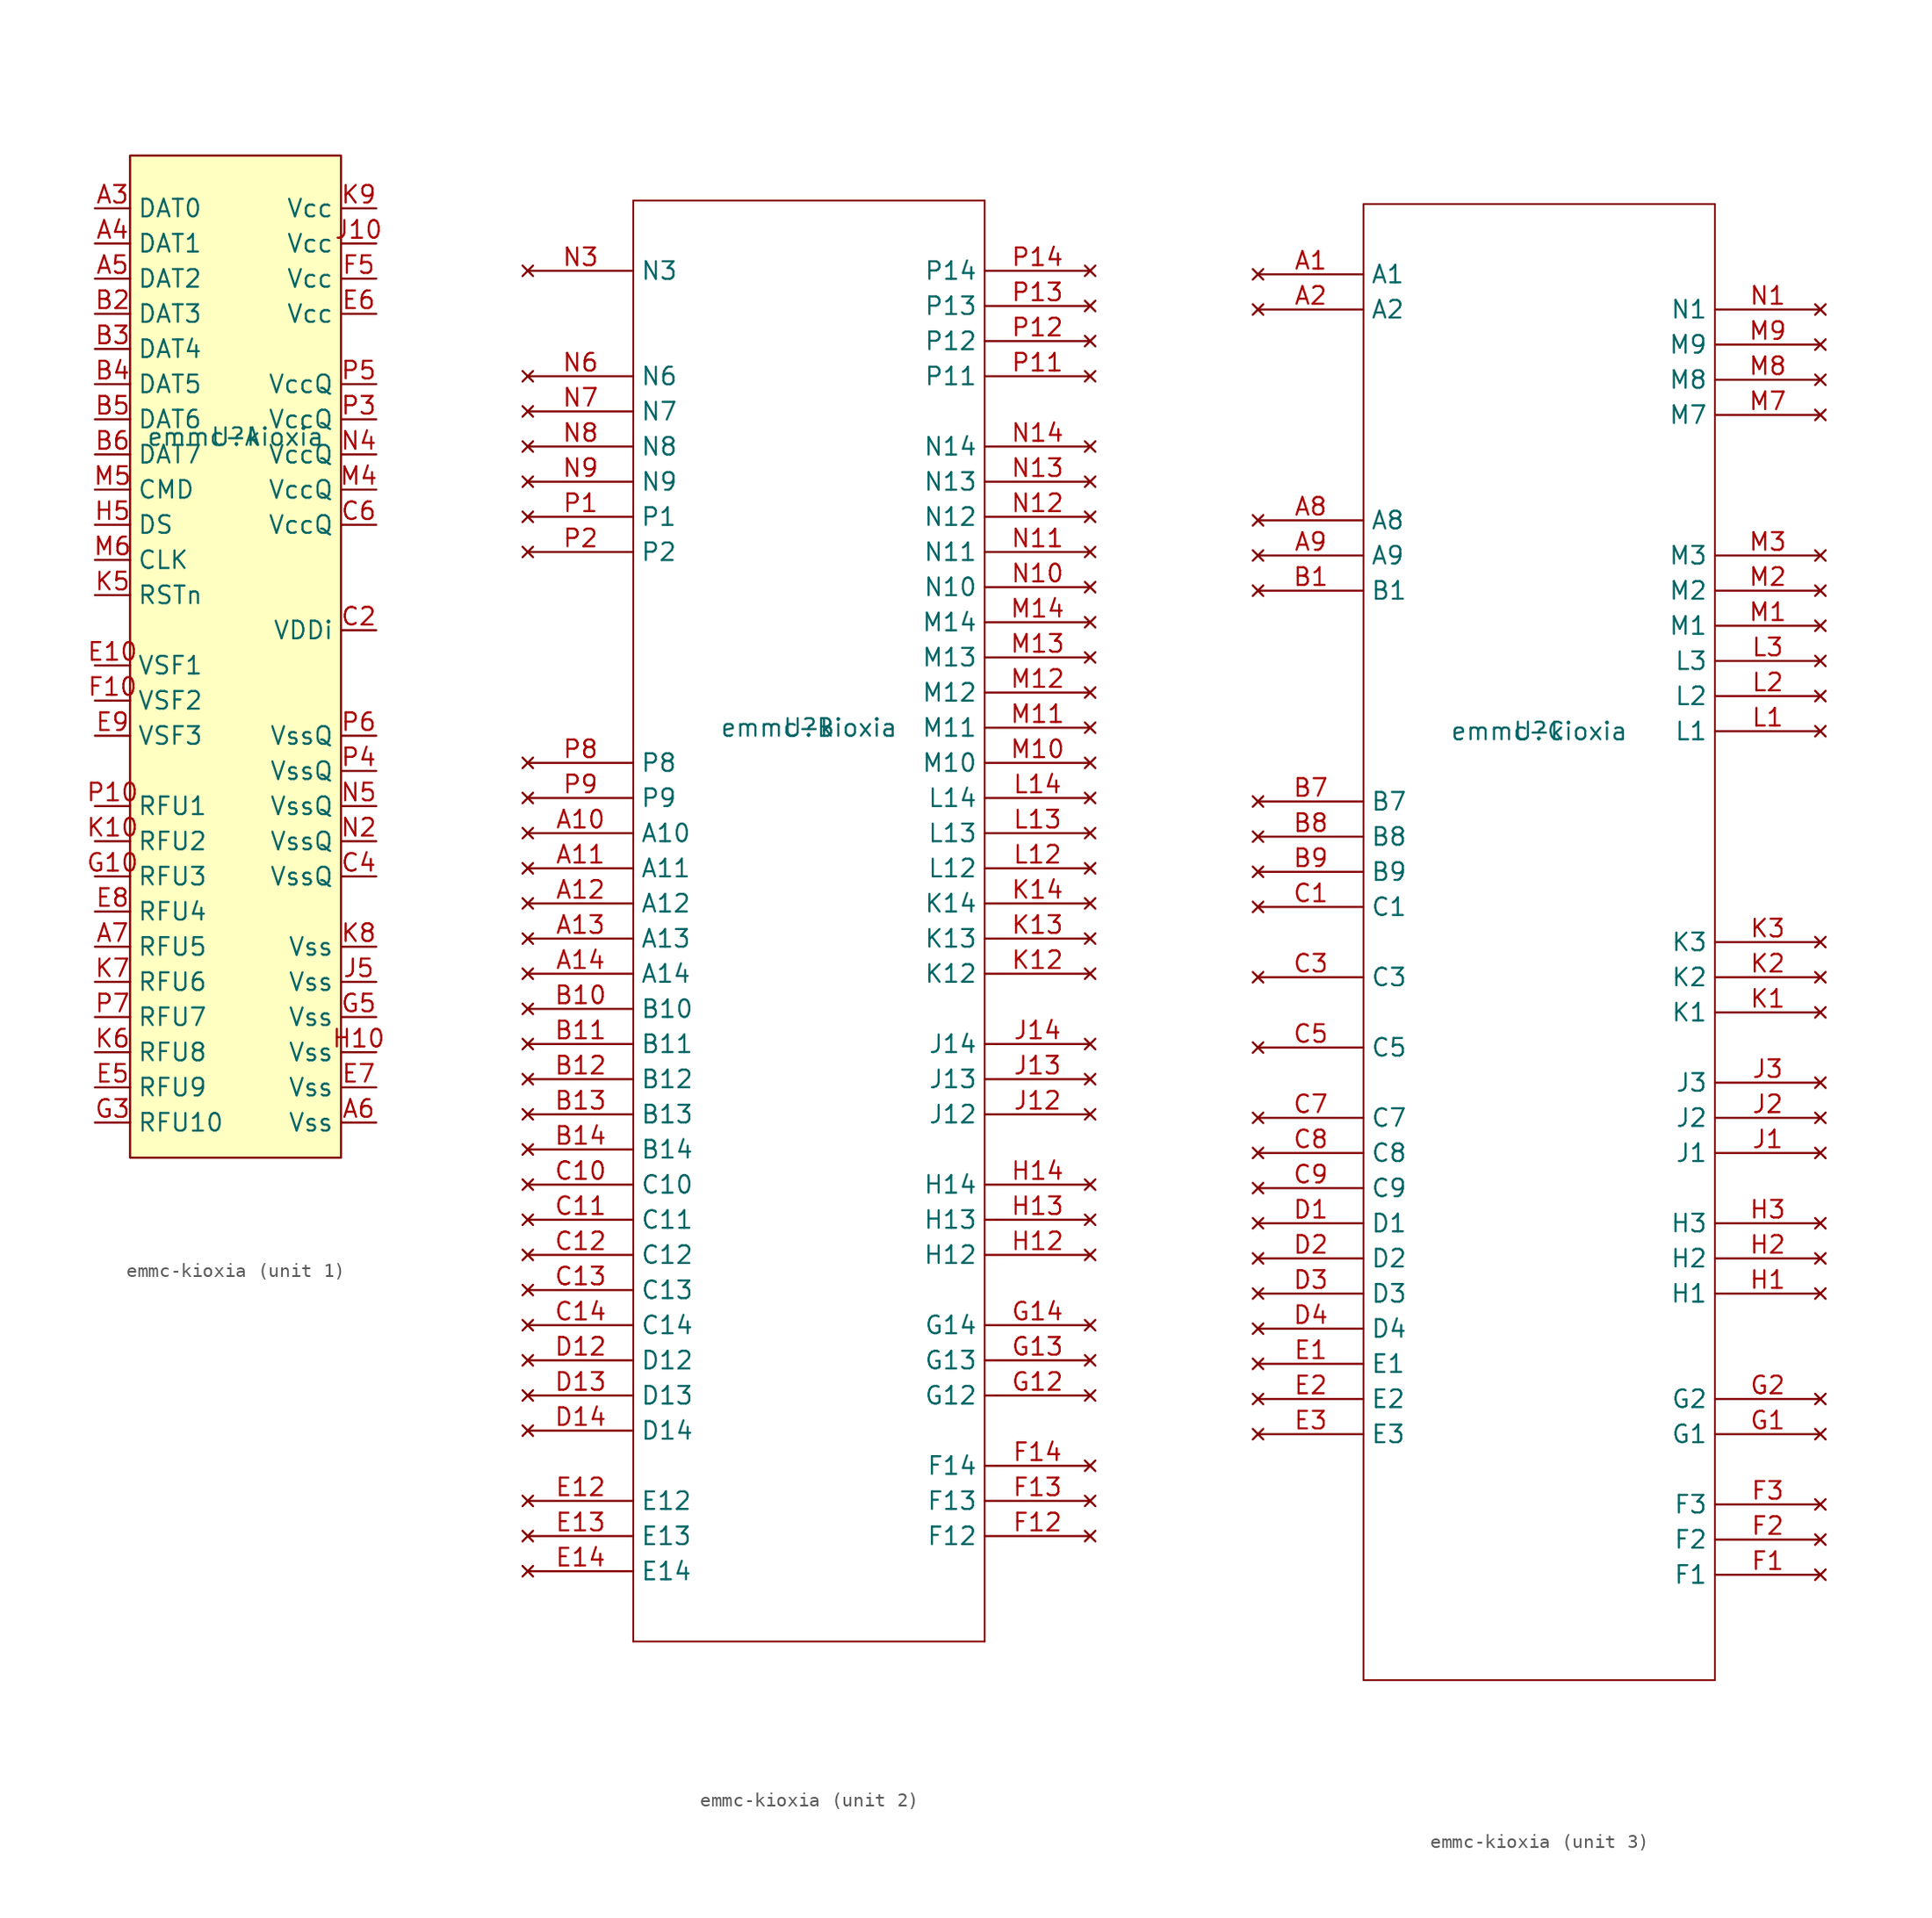
<source format=kicad_sym>
(kicad_symbol_lib
  (version 20211014)
  (generator kicad_symbol_editor)
  (symbol "emmc-kioxia"
    (property "Reference" "U"
      (at 0 13.97 0)
      (effects (font (size 1.27 1.27))))
    (property "Value" "emmc-kioxia"
      (at 0 13.97 0)
      (effects (font (size 1.27 1.27))))
    (property "ki_locked" ""
      (at 0 0 0)
      (effects (font (size 1.27 1.27))))
    (symbol "emmc-kioxia_1_1"
      (rectangle (start -7.62 34.29) (end 7.62 -38.1) (stroke (width 0) (type default) (color 0 0 0 0)) (fill (type background)))
      (pin bidirectional line (at -10.16 30.48 0) (length 2.54) (name "DAT0" (effects (font (size 1.27 1.27)))) (number "A3" (effects (font (size 1.27 1.27)))))
      (pin bidirectional line (at -10.16 27.94 0) (length 2.54) (name "DAT1" (effects (font (size 1.27 1.27)))) (number "A4" (effects (font (size 1.27 1.27)))))
      (pin bidirectional line (at -10.16 25.4 0) (length 2.54) (name "DAT2" (effects (font (size 1.27 1.27)))) (number "A5" (effects (font (size 1.27 1.27)))))
      (pin power_in line (at 10.16 -35.56 180) (length 2.54) (name "Vss" (effects (font (size 1.27 1.27)))) (number "A6" (effects (font (size 1.27 1.27)))))
      (pin input line (at -10.16 -22.86 0) (length 2.54) (name "RFU5" (effects (font (size 1.27 1.27)))) (number "A7" (effects (font (size 1.27 1.27)))))
      (pin bidirectional line (at -10.16 22.86 0) (length 2.54) (name "DAT3" (effects (font (size 1.27 1.27)))) (number "B2" (effects (font (size 1.27 1.27)))))
      (pin bidirectional line (at -10.16 20.32 0) (length 2.54) (name "DAT4" (effects (font (size 1.27 1.27)))) (number "B3" (effects (font (size 1.27 1.27)))))
      (pin bidirectional line (at -10.16 17.78 0) (length 2.54) (name "DAT5" (effects (font (size 1.27 1.27)))) (number "B4" (effects (font (size 1.27 1.27)))))
      (pin bidirectional line (at -10.16 15.24 0) (length 2.54) (name "DAT6" (effects (font (size 1.27 1.27)))) (number "B5" (effects (font (size 1.27 1.27)))))
      (pin bidirectional line (at -10.16 12.7 0) (length 2.54) (name "DAT7" (effects (font (size 1.27 1.27)))) (number "B6" (effects (font (size 1.27 1.27)))))
      (pin power_in line (at 10.16 0 180) (length 2.54) (name "VDDi" (effects (font (size 1.27 1.27)))) (number "C2" (effects (font (size 1.27 1.27)))))
      (pin power_in line (at 10.16 -17.78 180) (length 2.54) (name "VssQ" (effects (font (size 1.27 1.27)))) (number "C4" (effects (font (size 1.27 1.27)))))
      (pin power_in line (at 10.16 7.62 180) (length 2.54) (name "VccQ" (effects (font (size 1.27 1.27)))) (number "C6" (effects (font (size 1.27 1.27)))))
      (pin free line (at -10.16 -2.54 0) (length 2.54) (name "VSF1" (effects (font (size 1.27 1.27)))) (number "E10" (effects (font (size 1.27 1.27)))))
      (pin input line (at -10.16 -33.02 0) (length 2.54) (name "RFU9" (effects (font (size 1.27 1.27)))) (number "E5" (effects (font (size 1.27 1.27)))))
      (pin power_in line (at 10.16 22.86 180) (length 2.54) (name "Vcc" (effects (font (size 1.27 1.27)))) (number "E6" (effects (font (size 1.27 1.27)))))
      (pin power_in line (at 10.16 -33.02 180) (length 2.54) (name "Vss" (effects (font (size 1.27 1.27)))) (number "E7" (effects (font (size 1.27 1.27)))))
      (pin input line (at -10.16 -20.32 0) (length 2.54) (name "RFU4" (effects (font (size 1.27 1.27)))) (number "E8" (effects (font (size 1.27 1.27)))))
      (pin free line (at -10.16 -7.62 0) (length 2.54) (name "VSF3" (effects (font (size 1.27 1.27)))) (number "E9" (effects (font (size 1.27 1.27)))))
      (pin free line (at -10.16 -5.08 0) (length 2.54) (name "VSF2" (effects (font (size 1.27 1.27)))) (number "F10" (effects (font (size 1.27 1.27)))))
      (pin power_in line (at 10.16 25.4 180) (length 2.54) (name "Vcc" (effects (font (size 1.27 1.27)))) (number "F5" (effects (font (size 1.27 1.27)))))
      (pin input line (at -10.16 -17.78 0) (length 2.54) (name "RFU3" (effects (font (size 1.27 1.27)))) (number "G10" (effects (font (size 1.27 1.27)))))
      (pin input line (at -10.16 -35.56 0) (length 2.54) (name "RFU10" (effects (font (size 1.27 1.27)))) (number "G3" (effects (font (size 1.27 1.27)))))
      (pin power_in line (at 10.16 -27.94 180) (length 2.54) (name "Vss" (effects (font (size 1.27 1.27)))) (number "G5" (effects (font (size 1.27 1.27)))))
      (pin power_in line (at 10.16 -30.48 180) (length 2.54) (name "Vss" (effects (font (size 1.27 1.27)))) (number "H10" (effects (font (size 1.27 1.27)))))
      (pin output line (at -10.16 7.62 0) (length 2.54) (name "DS" (effects (font (size 1.27 1.27)))) (number "H5" (effects (font (size 1.27 1.27)))))
      (pin power_in line (at 10.16 27.94 180) (length 2.54) (name "Vcc" (effects (font (size 1.27 1.27)))) (number "J10" (effects (font (size 1.27 1.27)))))
      (pin power_in line (at 10.16 -25.4 180) (length 2.54) (name "Vss" (effects (font (size 1.27 1.27)))) (number "J5" (effects (font (size 1.27 1.27)))))
      (pin input line (at -10.16 -15.24 0) (length 2.54) (name "RFU2" (effects (font (size 1.27 1.27)))) (number "K10" (effects (font (size 1.27 1.27)))))
      (pin bidirectional line (at -10.16 2.54 0) (length 2.54) (name "RSTn" (effects (font (size 1.27 1.27)))) (number "K5" (effects (font (size 1.27 1.27)))))
      (pin input line (at -10.16 -30.48 0) (length 2.54) (name "RFU8" (effects (font (size 1.27 1.27)))) (number "K6" (effects (font (size 1.27 1.27)))))
      (pin input line (at -10.16 -25.4 0) (length 2.54) (name "RFU6" (effects (font (size 1.27 1.27)))) (number "K7" (effects (font (size 1.27 1.27)))))
      (pin power_in line (at 10.16 -22.86 180) (length 2.54) (name "Vss" (effects (font (size 1.27 1.27)))) (number "K8" (effects (font (size 1.27 1.27)))))
      (pin power_in line (at 10.16 30.48 180) (length 2.54) (name "Vcc" (effects (font (size 1.27 1.27)))) (number "K9" (effects (font (size 1.27 1.27)))))
      (pin power_in line (at 10.16 10.16 180) (length 2.54) (name "VccQ" (effects (font (size 1.27 1.27)))) (number "M4" (effects (font (size 1.27 1.27)))))
      (pin bidirectional line (at -10.16 10.16 0) (length 2.54) (name "CMD" (effects (font (size 1.27 1.27)))) (number "M5" (effects (font (size 1.27 1.27)))))
      (pin input line (at -10.16 5.08 0) (length 2.54) (name "CLK" (effects (font (size 1.27 1.27)))) (number "M6" (effects (font (size 1.27 1.27)))))
      (pin power_in line (at 10.16 -15.24 180) (length 2.54) (name "VssQ" (effects (font (size 1.27 1.27)))) (number "N2" (effects (font (size 1.27 1.27)))))
      (pin power_in line (at 10.16 12.7 180) (length 2.54) (name "VccQ" (effects (font (size 1.27 1.27)))) (number "N4" (effects (font (size 1.27 1.27)))))
      (pin power_in line (at 10.16 -12.7 180) (length 2.54) (name "VssQ" (effects (font (size 1.27 1.27)))) (number "N5" (effects (font (size 1.27 1.27)))))
      (pin input line (at -10.16 -12.7 0) (length 2.54) (name "RFU1" (effects (font (size 1.27 1.27)))) (number "P10" (effects (font (size 1.27 1.27)))))
      (pin power_in line (at 10.16 15.24 180) (length 2.54) (name "VccQ" (effects (font (size 1.27 1.27)))) (number "P3" (effects (font (size 1.27 1.27)))))
      (pin power_in line (at 10.16 -10.16 180) (length 2.54) (name "VssQ" (effects (font (size 1.27 1.27)))) (number "P4" (effects (font (size 1.27 1.27)))))
      (pin power_in line (at 10.16 17.78 180) (length 2.54) (name "VccQ" (effects (font (size 1.27 1.27)))) (number "P5" (effects (font (size 1.27 1.27)))))
      (pin power_in line (at 10.16 -7.62 180) (length 2.54) (name "VssQ" (effects (font (size 1.27 1.27)))) (number "P6" (effects (font (size 1.27 1.27)))))
      (pin input line (at -10.16 -27.94 0) (length 2.54) (name "RFU7" (effects (font (size 1.27 1.27)))) (number "P7" (effects (font (size 1.27 1.27))))))
    (symbol "emmc-kioxia_2_1"
      (polyline (pts (xy -12.7 -52.07) (xy 12.7 -52.07)) (stroke (width 0.127) (type default) (color 0 0 0 0)) (fill (type none)))
      (polyline (pts (xy -12.7 52.07) (xy -12.7 -52.07)) (stroke (width 0.127) (type default) (color 0 0 0 0)) (fill (type none)))
      (polyline (pts (xy 12.7 -52.07) (xy 12.7 52.07)) (stroke (width 0.127) (type default) (color 0 0 0 0)) (fill (type none)))
      (polyline (pts (xy 12.7 52.07) (xy -12.7 52.07)) (stroke (width 0.127) (type default) (color 0 0 0 0)) (fill (type none)))
      (pin no_connect line (at -20.32 6.35 0) (length 7.62) (name "A10" (effects (font (size 1.27 1.27)))) (number "A10" (effects (font (size 1.27 1.27)))))
      (pin no_connect line (at -20.32 3.81 0) (length 7.62) (name "A11" (effects (font (size 1.27 1.27)))) (number "A11" (effects (font (size 1.27 1.27)))))
      (pin no_connect line (at -20.32 1.27 0) (length 7.62) (name "A12" (effects (font (size 1.27 1.27)))) (number "A12" (effects (font (size 1.27 1.27)))))
      (pin no_connect line (at -20.32 -1.27 0) (length 7.62) (name "A13" (effects (font (size 1.27 1.27)))) (number "A13" (effects (font (size 1.27 1.27)))))
      (pin no_connect line (at -20.32 -3.81 0) (length 7.62) (name "A14" (effects (font (size 1.27 1.27)))) (number "A14" (effects (font (size 1.27 1.27)))))
      (pin no_connect line (at -20.32 -6.35 0) (length 7.62) (name "B10" (effects (font (size 1.27 1.27)))) (number "B10" (effects (font (size 1.27 1.27)))))
      (pin no_connect line (at -20.32 -8.89 0) (length 7.62) (name "B11" (effects (font (size 1.27 1.27)))) (number "B11" (effects (font (size 1.27 1.27)))))
      (pin no_connect line (at -20.32 -11.43 0) (length 7.62) (name "B12" (effects (font (size 1.27 1.27)))) (number "B12" (effects (font (size 1.27 1.27)))))
      (pin no_connect line (at -20.32 -13.97 0) (length 7.62) (name "B13" (effects (font (size 1.27 1.27)))) (number "B13" (effects (font (size 1.27 1.27)))))
      (pin no_connect line (at -20.32 -16.51 0) (length 7.62) (name "B14" (effects (font (size 1.27 1.27)))) (number "B14" (effects (font (size 1.27 1.27)))))
      (pin no_connect line (at -20.32 -19.05 0) (length 7.62) (name "C10" (effects (font (size 1.27 1.27)))) (number "C10" (effects (font (size 1.27 1.27)))))
      (pin no_connect line (at -20.32 -21.59 0) (length 7.62) (name "C11" (effects (font (size 1.27 1.27)))) (number "C11" (effects (font (size 1.27 1.27)))))
      (pin no_connect line (at -20.32 -24.13 0) (length 7.62) (name "C12" (effects (font (size 1.27 1.27)))) (number "C12" (effects (font (size 1.27 1.27)))))
      (pin no_connect line (at -20.32 -26.67 0) (length 7.62) (name "C13" (effects (font (size 1.27 1.27)))) (number "C13" (effects (font (size 1.27 1.27)))))
      (pin no_connect line (at -20.32 -29.21 0) (length 7.62) (name "C14" (effects (font (size 1.27 1.27)))) (number "C14" (effects (font (size 1.27 1.27)))))
      (pin no_connect line (at -20.32 -31.75 0) (length 7.62) (name "D12" (effects (font (size 1.27 1.27)))) (number "D12" (effects (font (size 1.27 1.27)))))
      (pin no_connect line (at -20.32 -34.29 0) (length 7.62) (name "D13" (effects (font (size 1.27 1.27)))) (number "D13" (effects (font (size 1.27 1.27)))))
      (pin no_connect line (at -20.32 -36.83 0) (length 7.62) (name "D14" (effects (font (size 1.27 1.27)))) (number "D14" (effects (font (size 1.27 1.27)))))
      (pin no_connect line (at -20.32 -41.91 0) (length 7.62) (name "E12" (effects (font (size 1.27 1.27)))) (number "E12" (effects (font (size 1.27 1.27)))))
      (pin no_connect line (at -20.32 -44.45 0) (length 7.62) (name "E13" (effects (font (size 1.27 1.27)))) (number "E13" (effects (font (size 1.27 1.27)))))
      (pin no_connect line (at -20.32 -46.99 0) (length 7.62) (name "E14" (effects (font (size 1.27 1.27)))) (number "E14" (effects (font (size 1.27 1.27)))))
      (pin no_connect line (at 20.32 -44.45 180) (length 7.62) (name "F12" (effects (font (size 1.27 1.27)))) (number "F12" (effects (font (size 1.27 1.27)))))
      (pin no_connect line (at 20.32 -41.91 180) (length 7.62) (name "F13" (effects (font (size 1.27 1.27)))) (number "F13" (effects (font (size 1.27 1.27)))))
      (pin no_connect line (at 20.32 -39.37 180) (length 7.62) (name "F14" (effects (font (size 1.27 1.27)))) (number "F14" (effects (font (size 1.27 1.27)))))
      (pin no_connect line (at 20.32 -34.29 180) (length 7.62) (name "G12" (effects (font (size 1.27 1.27)))) (number "G12" (effects (font (size 1.27 1.27)))))
      (pin no_connect line (at 20.32 -31.75 180) (length 7.62) (name "G13" (effects (font (size 1.27 1.27)))) (number "G13" (effects (font (size 1.27 1.27)))))
      (pin no_connect line (at 20.32 -29.21 180) (length 7.62) (name "G14" (effects (font (size 1.27 1.27)))) (number "G14" (effects (font (size 1.27 1.27)))))
      (pin no_connect line (at 20.32 -24.13 180) (length 7.62) (name "H12" (effects (font (size 1.27 1.27)))) (number "H12" (effects (font (size 1.27 1.27)))))
      (pin no_connect line (at 20.32 -21.59 180) (length 7.62) (name "H13" (effects (font (size 1.27 1.27)))) (number "H13" (effects (font (size 1.27 1.27)))))
      (pin no_connect line (at 20.32 -19.05 180) (length 7.62) (name "H14" (effects (font (size 1.27 1.27)))) (number "H14" (effects (font (size 1.27 1.27)))))
      (pin no_connect line (at 20.32 -13.97 180) (length 7.62) (name "J12" (effects (font (size 1.27 1.27)))) (number "J12" (effects (font (size 1.27 1.27)))))
      (pin no_connect line (at 20.32 -11.43 180) (length 7.62) (name "J13" (effects (font (size 1.27 1.27)))) (number "J13" (effects (font (size 1.27 1.27)))))
      (pin no_connect line (at 20.32 -8.89 180) (length 7.62) (name "J14" (effects (font (size 1.27 1.27)))) (number "J14" (effects (font (size 1.27 1.27)))))
      (pin no_connect line (at 20.32 -3.81 180) (length 7.62) (name "K12" (effects (font (size 1.27 1.27)))) (number "K12" (effects (font (size 1.27 1.27)))))
      (pin no_connect line (at 20.32 -1.27 180) (length 7.62) (name "K13" (effects (font (size 1.27 1.27)))) (number "K13" (effects (font (size 1.27 1.27)))))
      (pin no_connect line (at 20.32 1.27 180) (length 7.62) (name "K14" (effects (font (size 1.27 1.27)))) (number "K14" (effects (font (size 1.27 1.27)))))
      (pin no_connect line (at 20.32 3.81 180) (length 7.62) (name "L12" (effects (font (size 1.27 1.27)))) (number "L12" (effects (font (size 1.27 1.27)))))
      (pin no_connect line (at 20.32 6.35 180) (length 7.62) (name "L13" (effects (font (size 1.27 1.27)))) (number "L13" (effects (font (size 1.27 1.27)))))
      (pin no_connect line (at 20.32 8.89 180) (length 7.62) (name "L14" (effects (font (size 1.27 1.27)))) (number "L14" (effects (font (size 1.27 1.27)))))
      (pin no_connect line (at 20.32 11.43 180) (length 7.62) (name "M10" (effects (font (size 1.27 1.27)))) (number "M10" (effects (font (size 1.27 1.27)))))
      (pin no_connect line (at 20.32 13.97 180) (length 7.62) (name "M11" (effects (font (size 1.27 1.27)))) (number "M11" (effects (font (size 1.27 1.27)))))
      (pin no_connect line (at 20.32 16.51 180) (length 7.62) (name "M12" (effects (font (size 1.27 1.27)))) (number "M12" (effects (font (size 1.27 1.27)))))
      (pin no_connect line (at 20.32 19.05 180) (length 7.62) (name "M13" (effects (font (size 1.27 1.27)))) (number "M13" (effects (font (size 1.27 1.27)))))
      (pin no_connect line (at 20.32 21.59 180) (length 7.62) (name "M14" (effects (font (size 1.27 1.27)))) (number "M14" (effects (font (size 1.27 1.27)))))
      (pin no_connect line (at 20.32 24.13 180) (length 7.62) (name "N10" (effects (font (size 1.27 1.27)))) (number "N10" (effects (font (size 1.27 1.27)))))
      (pin no_connect line (at 20.32 26.67 180) (length 7.62) (name "N11" (effects (font (size 1.27 1.27)))) (number "N11" (effects (font (size 1.27 1.27)))))
      (pin no_connect line (at 20.32 29.21 180) (length 7.62) (name "N12" (effects (font (size 1.27 1.27)))) (number "N12" (effects (font (size 1.27 1.27)))))
      (pin no_connect line (at 20.32 31.75 180) (length 7.62) (name "N13" (effects (font (size 1.27 1.27)))) (number "N13" (effects (font (size 1.27 1.27)))))
      (pin no_connect line (at 20.32 34.29 180) (length 7.62) (name "N14" (effects (font (size 1.27 1.27)))) (number "N14" (effects (font (size 1.27 1.27)))))
      (pin no_connect line (at -20.32 46.99 0) (length 7.62) (name "N3" (effects (font (size 1.27 1.27)))) (number "N3" (effects (font (size 1.27 1.27)))))
      (pin no_connect line (at -20.32 39.37 0) (length 7.62) (name "N6" (effects (font (size 1.27 1.27)))) (number "N6" (effects (font (size 1.27 1.27)))))
      (pin no_connect line (at -20.32 36.83 0) (length 7.62) (name "N7" (effects (font (size 1.27 1.27)))) (number "N7" (effects (font (size 1.27 1.27)))))
      (pin no_connect line (at -20.32 34.29 0) (length 7.62) (name "N8" (effects (font (size 1.27 1.27)))) (number "N8" (effects (font (size 1.27 1.27)))))
      (pin no_connect line (at -20.32 31.75 0) (length 7.62) (name "N9" (effects (font (size 1.27 1.27)))) (number "N9" (effects (font (size 1.27 1.27)))))
      (pin no_connect line (at -20.32 29.21 0) (length 7.62) (name "P1" (effects (font (size 1.27 1.27)))) (number "P1" (effects (font (size 1.27 1.27)))))
      (pin no_connect line (at 20.32 39.37 180) (length 7.62) (name "P11" (effects (font (size 1.27 1.27)))) (number "P11" (effects (font (size 1.27 1.27)))))
      (pin no_connect line (at 20.32 41.91 180) (length 7.62) (name "P12" (effects (font (size 1.27 1.27)))) (number "P12" (effects (font (size 1.27 1.27)))))
      (pin no_connect line (at 20.32 44.45 180) (length 7.62) (name "P13" (effects (font (size 1.27 1.27)))) (number "P13" (effects (font (size 1.27 1.27)))))
      (pin no_connect line (at 20.32 46.99 180) (length 7.62) (name "P14" (effects (font (size 1.27 1.27)))) (number "P14" (effects (font (size 1.27 1.27)))))
      (pin no_connect line (at -20.32 26.67 0) (length 7.62) (name "P2" (effects (font (size 1.27 1.27)))) (number "P2" (effects (font (size 1.27 1.27)))))
      (pin no_connect line (at -20.32 11.43 0) (length 7.62) (name "P8" (effects (font (size 1.27 1.27)))) (number "P8" (effects (font (size 1.27 1.27)))))
      (pin no_connect line (at -20.32 8.89 0) (length 7.62) (name "P9" (effects (font (size 1.27 1.27)))) (number "P9" (effects (font (size 1.27 1.27))))))
    (symbol "emmc-kioxia_3_1"
      (polyline (pts (xy -12.7 -54.61) (xy 12.7 -54.61)) (stroke (width 0.127) (type default) (color 0 0 0 0)) (fill (type none)))
      (polyline (pts (xy -12.7 52.07) (xy -12.7 -54.61)) (stroke (width 0.127) (type default) (color 0 0 0 0)) (fill (type none)))
      (polyline (pts (xy 12.7 -54.61) (xy 12.7 52.07)) (stroke (width 0.127) (type default) (color 0 0 0 0)) (fill (type none)))
      (polyline (pts (xy 12.7 52.07) (xy -12.7 52.07)) (stroke (width 0.127) (type default) (color 0 0 0 0)) (fill (type none)))
      (pin no_connect line (at -20.32 46.99 0) (length 7.62) (name "A1" (effects (font (size 1.27 1.27)))) (number "A1" (effects (font (size 1.27 1.27)))))
      (pin no_connect line (at -20.32 44.45 0) (length 7.62) (name "A2" (effects (font (size 1.27 1.27)))) (number "A2" (effects (font (size 1.27 1.27)))))
      (pin no_connect line (at -20.32 29.21 0) (length 7.62) (name "A8" (effects (font (size 1.27 1.27)))) (number "A8" (effects (font (size 1.27 1.27)))))
      (pin no_connect line (at -20.32 26.67 0) (length 7.62) (name "A9" (effects (font (size 1.27 1.27)))) (number "A9" (effects (font (size 1.27 1.27)))))
      (pin no_connect line (at -20.32 24.13 0) (length 7.62) (name "B1" (effects (font (size 1.27 1.27)))) (number "B1" (effects (font (size 1.27 1.27)))))
      (pin no_connect line (at -20.32 8.89 0) (length 7.62) (name "B7" (effects (font (size 1.27 1.27)))) (number "B7" (effects (font (size 1.27 1.27)))))
      (pin no_connect line (at -20.32 6.35 0) (length 7.62) (name "B8" (effects (font (size 1.27 1.27)))) (number "B8" (effects (font (size 1.27 1.27)))))
      (pin no_connect line (at -20.32 3.81 0) (length 7.62) (name "B9" (effects (font (size 1.27 1.27)))) (number "B9" (effects (font (size 1.27 1.27)))))
      (pin no_connect line (at -20.32 1.27 0) (length 7.62) (name "C1" (effects (font (size 1.27 1.27)))) (number "C1" (effects (font (size 1.27 1.27)))))
      (pin no_connect line (at -20.32 -3.81 0) (length 7.62) (name "C3" (effects (font (size 1.27 1.27)))) (number "C3" (effects (font (size 1.27 1.27)))))
      (pin no_connect line (at -20.32 -8.89 0) (length 7.62) (name "C5" (effects (font (size 1.27 1.27)))) (number "C5" (effects (font (size 1.27 1.27)))))
      (pin no_connect line (at -20.32 -13.97 0) (length 7.62) (name "C7" (effects (font (size 1.27 1.27)))) (number "C7" (effects (font (size 1.27 1.27)))))
      (pin no_connect line (at -20.32 -16.51 0) (length 7.62) (name "C8" (effects (font (size 1.27 1.27)))) (number "C8" (effects (font (size 1.27 1.27)))))
      (pin no_connect line (at -20.32 -19.05 0) (length 7.62) (name "C9" (effects (font (size 1.27 1.27)))) (number "C9" (effects (font (size 1.27 1.27)))))
      (pin no_connect line (at -20.32 -21.59 0) (length 7.62) (name "D1" (effects (font (size 1.27 1.27)))) (number "D1" (effects (font (size 1.27 1.27)))))
      (pin no_connect line (at -20.32 -24.13 0) (length 7.62) (name "D2" (effects (font (size 1.27 1.27)))) (number "D2" (effects (font (size 1.27 1.27)))))
      (pin no_connect line (at -20.32 -26.67 0) (length 7.62) (name "D3" (effects (font (size 1.27 1.27)))) (number "D3" (effects (font (size 1.27 1.27)))))
      (pin no_connect line (at -20.32 -29.21 0) (length 7.62) (name "D4" (effects (font (size 1.27 1.27)))) (number "D4" (effects (font (size 1.27 1.27)))))
      (pin no_connect line (at -20.32 -31.75 0) (length 7.62) (name "E1" (effects (font (size 1.27 1.27)))) (number "E1" (effects (font (size 1.27 1.27)))))
      (pin no_connect line (at -20.32 -34.29 0) (length 7.62) (name "E2" (effects (font (size 1.27 1.27)))) (number "E2" (effects (font (size 1.27 1.27)))))
      (pin no_connect line (at -20.32 -36.83 0) (length 7.62) (name "E3" (effects (font (size 1.27 1.27)))) (number "E3" (effects (font (size 1.27 1.27)))))
      (pin no_connect line (at 20.32 -46.99 180) (length 7.62) (name "F1" (effects (font (size 1.27 1.27)))) (number "F1" (effects (font (size 1.27 1.27)))))
      (pin no_connect line (at 20.32 -44.45 180) (length 7.62) (name "F2" (effects (font (size 1.27 1.27)))) (number "F2" (effects (font (size 1.27 1.27)))))
      (pin no_connect line (at 20.32 -41.91 180) (length 7.62) (name "F3" (effects (font (size 1.27 1.27)))) (number "F3" (effects (font (size 1.27 1.27)))))
      (pin no_connect line (at 20.32 -36.83 180) (length 7.62) (name "G1" (effects (font (size 1.27 1.27)))) (number "G1" (effects (font (size 1.27 1.27)))))
      (pin no_connect line (at 20.32 -34.29 180) (length 7.62) (name "G2" (effects (font (size 1.27 1.27)))) (number "G2" (effects (font (size 1.27 1.27)))))
      (pin no_connect line (at 20.32 -26.67 180) (length 7.62) (name "H1" (effects (font (size 1.27 1.27)))) (number "H1" (effects (font (size 1.27 1.27)))))
      (pin no_connect line (at 20.32 -24.13 180) (length 7.62) (name "H2" (effects (font (size 1.27 1.27)))) (number "H2" (effects (font (size 1.27 1.27)))))
      (pin no_connect line (at 20.32 -21.59 180) (length 7.62) (name "H3" (effects (font (size 1.27 1.27)))) (number "H3" (effects (font (size 1.27 1.27)))))
      (pin no_connect line (at 20.32 -16.51 180) (length 7.62) (name "J1" (effects (font (size 1.27 1.27)))) (number "J1" (effects (font (size 1.27 1.27)))))
      (pin no_connect line (at 20.32 -13.97 180) (length 7.62) (name "J2" (effects (font (size 1.27 1.27)))) (number "J2" (effects (font (size 1.27 1.27)))))
      (pin no_connect line (at 20.32 -11.43 180) (length 7.62) (name "J3" (effects (font (size 1.27 1.27)))) (number "J3" (effects (font (size 1.27 1.27)))))
      (pin no_connect line (at 20.32 -6.35 180) (length 7.62) (name "K1" (effects (font (size 1.27 1.27)))) (number "K1" (effects (font (size 1.27 1.27)))))
      (pin no_connect line (at 20.32 -3.81 180) (length 7.62) (name "K2" (effects (font (size 1.27 1.27)))) (number "K2" (effects (font (size 1.27 1.27)))))
      (pin no_connect line (at 20.32 -1.27 180) (length 7.62) (name "K3" (effects (font (size 1.27 1.27)))) (number "K3" (effects (font (size 1.27 1.27)))))
      (pin no_connect line (at 20.32 13.97 180) (length 7.62) (name "L1" (effects (font (size 1.27 1.27)))) (number "L1" (effects (font (size 1.27 1.27)))))
      (pin no_connect line (at 20.32 16.51 180) (length 7.62) (name "L2" (effects (font (size 1.27 1.27)))) (number "L2" (effects (font (size 1.27 1.27)))))
      (pin no_connect line (at 20.32 19.05 180) (length 7.62) (name "L3" (effects (font (size 1.27 1.27)))) (number "L3" (effects (font (size 1.27 1.27)))))
      (pin no_connect line (at 20.32 21.59 180) (length 7.62) (name "M1" (effects (font (size 1.27 1.27)))) (number "M1" (effects (font (size 1.27 1.27)))))
      (pin no_connect line (at 20.32 24.13 180) (length 7.62) (name "M2" (effects (font (size 1.27 1.27)))) (number "M2" (effects (font (size 1.27 1.27)))))
      (pin no_connect line (at 20.32 26.67 180) (length 7.62) (name "M3" (effects (font (size 1.27 1.27)))) (number "M3" (effects (font (size 1.27 1.27)))))
      (pin no_connect line (at 20.32 36.83 180) (length 7.62) (name "M7" (effects (font (size 1.27 1.27)))) (number "M7" (effects (font (size 1.27 1.27)))))
      (pin no_connect line (at 20.32 39.37 180) (length 7.62) (name "M8" (effects (font (size 1.27 1.27)))) (number "M8" (effects (font (size 1.27 1.27)))))
      (pin no_connect line (at 20.32 41.91 180) (length 7.62) (name "M9" (effects (font (size 1.27 1.27)))) (number "M9" (effects (font (size 1.27 1.27)))))
      (pin no_connect line (at 20.32 44.45 180) (length 7.62) (name "N1" (effects (font (size 1.27 1.27)))) (number "N1" (effects (font (size 1.27 1.27))))))))
</source>
